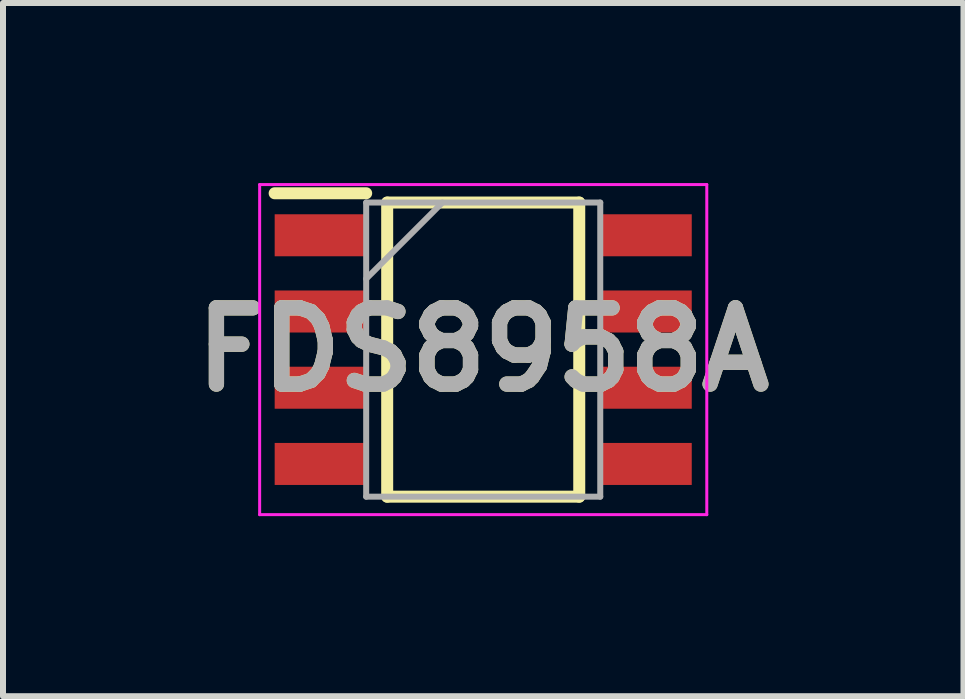
<source format=kicad_pcb>
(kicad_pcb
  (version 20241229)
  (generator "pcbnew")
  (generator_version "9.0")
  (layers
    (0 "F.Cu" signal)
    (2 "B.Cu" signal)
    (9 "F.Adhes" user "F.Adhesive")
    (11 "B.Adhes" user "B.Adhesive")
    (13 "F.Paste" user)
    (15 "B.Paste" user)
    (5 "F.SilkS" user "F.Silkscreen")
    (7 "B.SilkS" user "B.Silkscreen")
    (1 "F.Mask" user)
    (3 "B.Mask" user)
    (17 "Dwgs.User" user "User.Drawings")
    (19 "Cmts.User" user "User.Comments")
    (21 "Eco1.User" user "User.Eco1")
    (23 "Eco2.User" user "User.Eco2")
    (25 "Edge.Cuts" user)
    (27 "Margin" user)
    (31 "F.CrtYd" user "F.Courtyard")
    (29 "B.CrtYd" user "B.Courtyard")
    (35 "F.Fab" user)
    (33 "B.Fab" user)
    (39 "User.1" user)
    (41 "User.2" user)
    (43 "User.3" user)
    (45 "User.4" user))
  (footprint "FDS8958A"
    (layer "F.Cu")
    (at 5.001 2.775)
    (property "Reference" "FDS8958A" (at 0 0 0) (layer "F.SilkS") (effects (font (size 1.27 1.27) (thickness 0.254))))
    (attr smd)
    (fp_line (start -3.475 -2.605) (end -1.95 -2.605) (stroke (width 0.2) (type solid)) (layer "F.SilkS"))
    (fp_line (start -1.6 -2.45) (end 1.6 -2.45) (stroke (width 0.2) (type solid)) (layer "F.SilkS"))
    (fp_line (start -1.6 2.45) (end -1.6 -2.45) (stroke (width 0.2) (type solid)) (layer "F.SilkS"))
    (fp_line (start 1.6 -2.45) (end 1.6 2.45) (stroke (width 0.2) (type solid)) (layer "F.SilkS"))
    (fp_line (start 1.6 2.45) (end -1.6 2.45) (stroke (width 0.2) (type solid)) (layer "F.SilkS"))
    (fp_line (start -3.725 -2.75) (end 3.725 -2.75) (stroke (width 0.05) (type solid)) (layer "F.CrtYd"))
    (fp_line (start -3.725 2.75) (end -3.725 -2.75) (stroke (width 0.05) (type solid)) (layer "F.CrtYd"))
    (fp_line (start 3.725 -2.75) (end 3.725 2.75) (stroke (width 0.05) (type solid)) (layer "F.CrtYd"))
    (fp_line (start 3.725 2.75) (end -3.725 2.75) (stroke (width 0.05) (type solid)) (layer "F.CrtYd"))
    (fp_line (start -1.95 -2.45) (end 1.95 -2.45) (stroke (width 0.1) (type solid)) (layer "F.Fab"))
    (fp_line (start -1.95 -1.18) (end -0.68 -2.45) (stroke (width 0.1) (type solid)) (layer "F.Fab"))
    (fp_line (start -1.95 2.45) (end -1.95 -2.45) (stroke (width 0.1) (type solid)) (layer "F.Fab"))
    (fp_line (start 1.95 -2.45) (end 1.95 2.45) (stroke (width 0.1) (type solid)) (layer "F.Fab"))
    (fp_line (start 1.95 2.45) (end -1.95 2.45) (stroke (width 0.1) (type solid)) (layer "F.Fab"))
    (fp_text user "${REFERENCE}" (at 0 0 0) (layer "F.Fab") (effects (font (size 1.27 1.27) (thickness 0.254))))
    (pad "1" smd rect (at -2.712 -1.905 90) (size 0.7 1.525) (layers "F.Cu" "F.Mask" "F.Paste"))
    (pad "2" smd rect (at -2.712 -0.635 90) (size 0.7 1.525) (layers "F.Cu" "F.Mask" "F.Paste"))
    (pad "3" smd rect (at -2.712 0.635 90) (size 0.7 1.525) (layers "F.Cu" "F.Mask" "F.Paste"))
    (pad "4" smd rect (at -2.712 1.905 90) (size 0.7 1.525) (layers "F.Cu" "F.Mask" "F.Paste"))
    (pad "5" smd rect (at 2.712 1.905 90) (size 0.7 1.525) (layers "F.Cu" "F.Mask" "F.Paste"))
    (pad "6" smd rect (at 2.712 0.635 90) (size 0.7 1.525) (layers "F.Cu" "F.Mask" "F.Paste"))
    (pad "7" smd rect (at 2.712 -0.635 90) (size 0.7 1.525) (layers "F.Cu" "F.Mask" "F.Paste"))
    (pad "8" smd rect (at 2.712 -1.905 90) (size 0.7 1.525) (layers "F.Cu" "F.Mask" "F.Paste")))
  (gr_rect
    (start -3 -3)
    (end 13.003 8.55)
    (stroke (width 0.1) (type default))
    (fill no)
    (layer "Edge.Cuts")))
</source>
